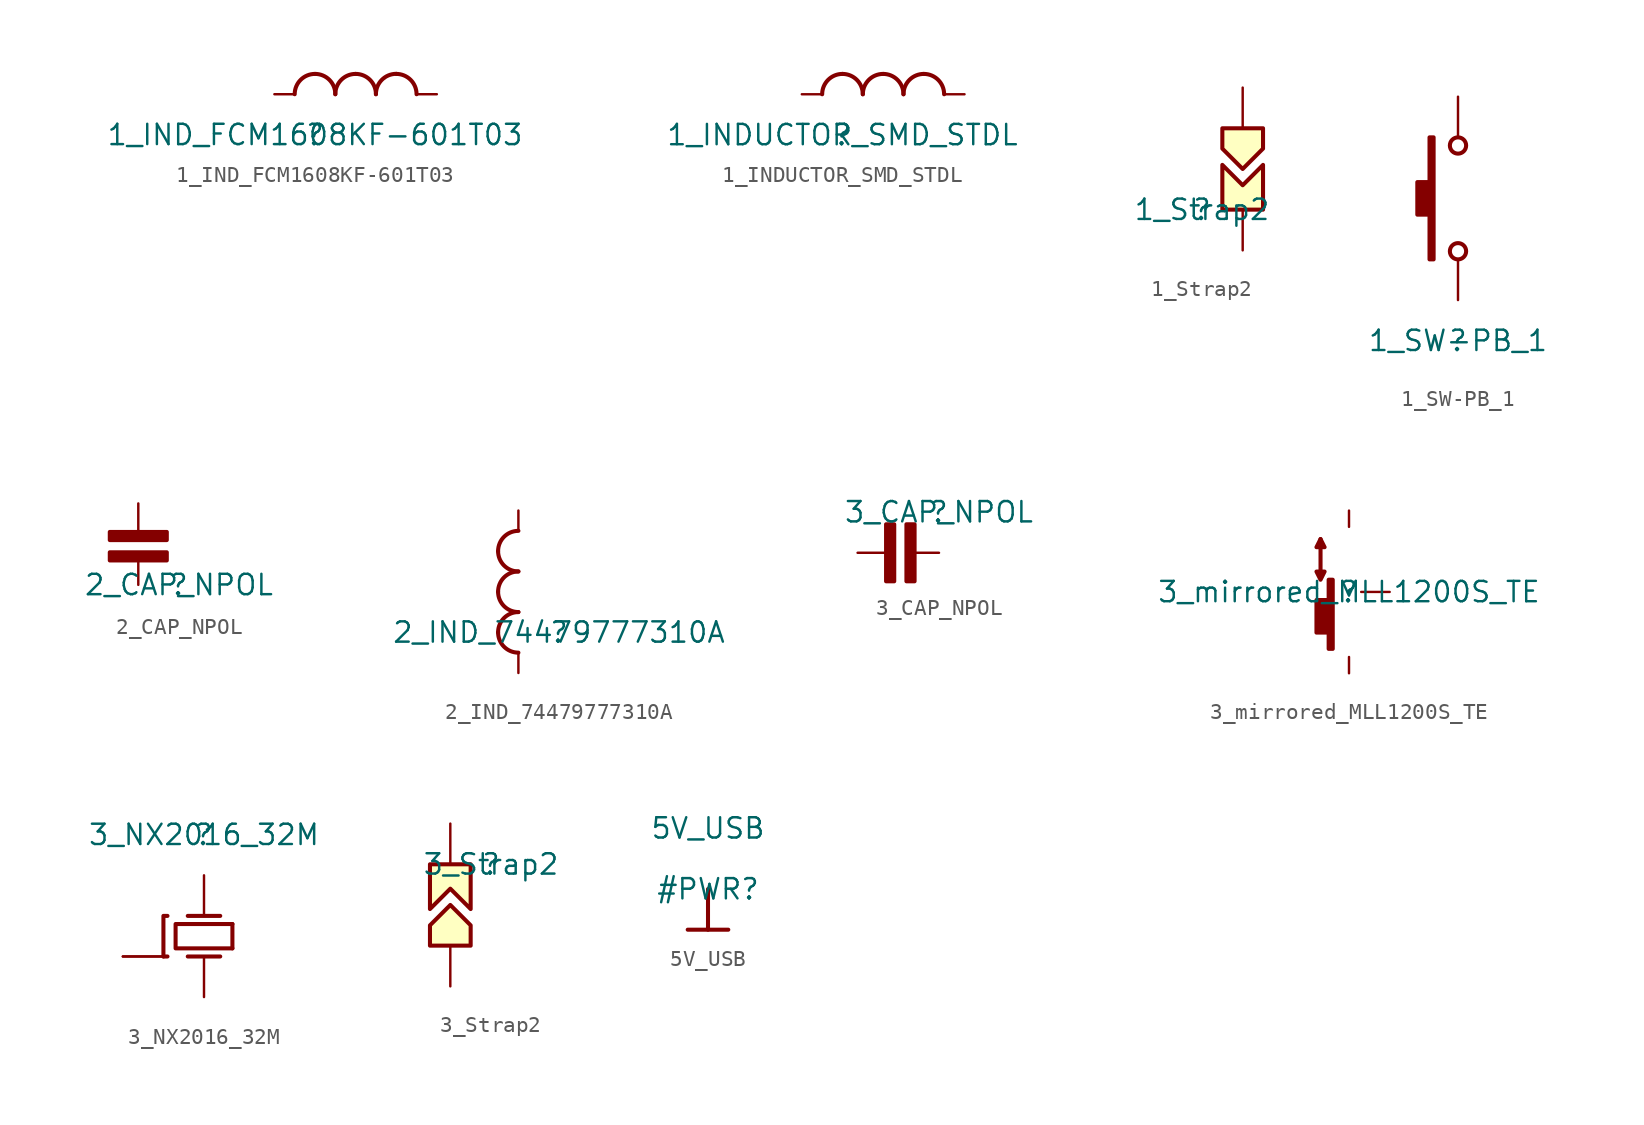
<source format=kicad_sym>
(kicad_symbol_lib
  (version 20211014)
  (generator kicad_symbol_editor)
  (symbol "1_IND_FCM1608KF-601T03"
    (property "Reference" ""
      (at 0 0 0)
      (effects (font (size 1.27 1.27))))
    (property "Value" "1_IND_FCM1608KF-601T03"
      (at 0 0 0)
      (effects (font (size 1.27 1.27))))
    (symbol "1_IND_FCM1608KF-601T03_1_0"
      (arc (start 0 3.81) (mid -0.898 3.438) (end -1.27 2.54) (stroke (width 0.254) (type default) (color 0 0 0 0)) (fill (type none)))
      (arc (start 1.27 2.54) (mid 0.898 3.438) (end 0 3.81) (stroke (width 0.254) (type default) (color 0 0 0 0)) (fill (type none)))
      (arc (start 2.54 3.81) (mid 1.642 3.438) (end 1.27 2.54) (stroke (width 0.254) (type default) (color 0 0 0 0)) (fill (type none)))
      (arc (start 3.81 2.54) (mid 3.438 3.438) (end 2.54 3.81) (stroke (width 0.254) (type default) (color 0 0 0 0)) (fill (type none)))
      (arc (start 5.08 3.81) (mid 4.182 3.438) (end 3.81 2.54) (stroke (width 0.254) (type default) (color 0 0 0 0)) (fill (type none)))
      (arc (start 6.35 2.54) (mid 5.978 3.438) (end 5.08 3.81) (stroke (width 0.254) (type default) (color 0 0 0 0)) (fill (type none)))
      (pin passive line (at -2.54 2.54 0) (length 1.27) (name "1" (effects (font (size 0 0)))) (number "1" (effects (font (size 0 0)))))
      (pin passive line (at 7.62 2.54 180) (length 1.27) (name "2" (effects (font (size 0 0)))) (number "2" (effects (font (size 0 0)))))))
  (symbol "1_INDUCTOR_SMD_STDL"
    (property "Reference" ""
      (at 0 0 0)
      (effects (font (size 1.27 1.27))))
    (property "Value" "1_INDUCTOR_SMD_STDL"
      (at 0 0 0)
      (effects (font (size 1.27 1.27))))
    (symbol "1_INDUCTOR_SMD_STDL_1_0"
      (arc (start 0 3.81) (mid -0.898 3.438) (end -1.27 2.54) (stroke (width 0.254) (type default) (color 0 0 0 0)) (fill (type none)))
      (arc (start 1.27 2.54) (mid 0.898 3.438) (end 0 3.81) (stroke (width 0.254) (type default) (color 0 0 0 0)) (fill (type none)))
      (arc (start 2.54 3.81) (mid 1.642 3.438) (end 1.27 2.54) (stroke (width 0.254) (type default) (color 0 0 0 0)) (fill (type none)))
      (arc (start 3.81 2.54) (mid 3.438 3.438) (end 2.54 3.81) (stroke (width 0.254) (type default) (color 0 0 0 0)) (fill (type none)))
      (arc (start 5.08 3.81) (mid 4.182 3.438) (end 3.81 2.54) (stroke (width 0.254) (type default) (color 0 0 0 0)) (fill (type none)))
      (arc (start 6.35 2.54) (mid 5.978 3.438) (end 5.08 3.81) (stroke (width 0.254) (type default) (color 0 0 0 0)) (fill (type none)))
      (pin passive line (at -2.54 2.54 0) (length 1.27) (name "1" (effects (font (size 0 0)))) (number "1" (effects (font (size 0 0)))))
      (pin passive line (at 7.62 2.54 180) (length 1.27) (name "2" (effects (font (size 0 0)))) (number "2" (effects (font (size 0 0)))))))
  (symbol "1_Strap2"
    (property "Reference" ""
      (at 0 0 0)
      (effects (font (size 1.27 1.27))))
    (property "Value" "1_Strap2"
      (at 0 0 0)
      (effects (font (size 1.27 1.27))))
    (symbol "1_Strap2_1_0"
      (polyline (pts (xy 1.27 0) (xy 3.81 0) (xy 3.81 2.794) (xy 2.54 1.524) (xy 1.27 2.794) (xy 1.27 0)) (stroke (width 0.254) (type default) (color 0 0 0 0)) (fill (type background)))
      (polyline (pts (xy 2.54 5.08) (xy 3.81 5.08) (xy 3.81 3.81) (xy 2.54 2.54) (xy 1.27 3.81) (xy 1.27 5.08) (xy 2.54 5.08)) (stroke (width 0.254) (type default) (color 0 0 0 0)) (fill (type background)))
      (pin passive line (at 2.54 7.62 270) (length 2.54) (name "1" (effects (font (size 0 0)))) (number "1" (effects (font (size 0 0)))))
      (pin passive line (at 2.54 -2.54 90) (length 2.54) (name "2" (effects (font (size 0 0)))) (number "2" (effects (font (size 0 0)))))))
  (symbol "1_SW-PB_1"
    (property "Reference" ""
      (at 0 0 0)
      (effects (font (size 1.27 1.27))))
    (property "Value" "1_SW-PB_1"
      (at 0 0 0)
      (effects (font (size 1.27 1.27))))
    (symbol "1_SW-PB_1_1_0"
      (polyline (pts (xy -1.778 5.08) (xy -1.524 5.08) (xy -1.524 12.7) (xy -1.778 12.7) (xy -1.778 9.906) (xy -2.54 9.906) (xy -2.54 7.874) (xy -1.778 7.874) (xy -1.778 5.08)) (stroke (width 0.254) (type default) (color 0 0 0 0)) (fill (type outline)))
      (circle (center 0 5.588) (radius 0.508) (stroke (width 0.254) (type default) (color 0 0 0 0)) (fill (type none)))
      (circle (center 0 12.192) (radius 0.508) (stroke (width 0.254) (type default) (color 0 0 0 0)) (fill (type none)))
      (pin passive line (at 0 2.54 90) (length 2.54) (name "1" (effects (font (size 0 0)))) (number "1" (effects (font (size 0 0)))))
      (pin passive line (at 0 15.24 270) (length 2.54) (name "2" (effects (font (size 0 0)))) (number "2" (effects (font (size 0 0)))))))
  (symbol "2_CAP_NPOL"
    (property "Reference" ""
      (at 0 0 0)
      (effects (font (size 1.27 1.27))))
    (property "Value" "2_CAP_NPOL"
      (at 0 0 0)
      (effects (font (size 1.27 1.27))))
    (symbol "2_CAP_NPOL_1_0"
      (polyline (pts (xy -4.064 1.778) (xy -1.016 1.778)) (stroke (width 0.508) (type default) (color 0 0 0 0)) (fill (type none)))
      (polyline (pts (xy -1.016 3.048) (xy -4.064 3.048)) (stroke (width 0.508) (type default) (color 0 0 0 0)) (fill (type none)))
      (polyline (pts (xy -2.54 1.524) (xy -4.318 1.524) (xy -4.318 2.032) (xy -0.762 2.032) (xy -0.762 1.524) (xy -2.54 1.524)) (stroke (width 0.254) (type default) (color 0 0 0 0)) (fill (type none)))
      (polyline (pts (xy -2.54 2.794) (xy -4.318 2.794) (xy -4.318 3.302) (xy -0.762 3.302) (xy -0.762 2.794) (xy -2.54 2.794)) (stroke (width 0.254) (type default) (color 0 0 0 0)) (fill (type none)))
      (pin passive line (at -2.54 0 90) (length 1.524) (name "1" (effects (font (size 0 0)))) (number "1" (effects (font (size 0 0)))))
      (pin passive line (at -2.54 5.08 270) (length 1.778) (name "2" (effects (font (size 0 0)))) (number "2" (effects (font (size 0 0)))))))
  (symbol "2_IND_74479777310A"
    (property "Reference" ""
      (at 0 0 0)
      (effects (font (size 1.27 1.27))))
    (property "Value" "2_IND_74479777310A"
      (at 0 0 0)
      (effects (font (size 1.27 1.27))))
    (symbol "2_IND_74479777310A_1_0"
      (arc (start -3.81 0) (mid -3.438 -0.898) (end -2.54 -1.27) (stroke (width 0.254) (type default) (color 0 0 0 0)) (fill (type none)))
      (arc (start -3.81 2.54) (mid -3.438 1.642) (end -2.54 1.27) (stroke (width 0.254) (type default) (color 0 0 0 0)) (fill (type none)))
      (arc (start -3.81 5.08) (mid -3.438 4.182) (end -2.54 3.81) (stroke (width 0.254) (type default) (color 0 0 0 0)) (fill (type none)))
      (arc (start -2.54 1.27) (mid -3.438 0.898) (end -3.81 0) (stroke (width 0.254) (type default) (color 0 0 0 0)) (fill (type none)))
      (arc (start -2.54 3.81) (mid -3.438 3.438) (end -3.81 2.54) (stroke (width 0.254) (type default) (color 0 0 0 0)) (fill (type none)))
      (arc (start -2.54 6.35) (mid -3.438 5.978) (end -3.81 5.08) (stroke (width 0.254) (type default) (color 0 0 0 0)) (fill (type none)))
      (pin passive line (at -2.54 -2.54 90) (length 1.27) (name "1" (effects (font (size 0 0)))) (number "1" (effects (font (size 0 0)))))
      (pin passive line (at -2.54 7.62 270) (length 1.27) (name "2" (effects (font (size 0 0)))) (number "2" (effects (font (size 0 0)))))))
  (symbol "3_CAP_NPOL"
    (property "Reference" ""
      (at 0 0 0)
      (effects (font (size 1.27 1.27))))
    (property "Value" "3_CAP_NPOL"
      (at 0 0 0)
      (effects (font (size 1.27 1.27))))
    (symbol "3_CAP_NPOL_1_0"
      (polyline (pts (xy -3.048 -1.016) (xy -3.048 -4.064)) (stroke (width 0.508) (type default) (color 0 0 0 0)) (fill (type none)))
      (polyline (pts (xy -1.778 -4.064) (xy -1.778 -1.016)) (stroke (width 0.508) (type default) (color 0 0 0 0)) (fill (type none)))
      (polyline (pts (xy -2.794 -2.54) (xy -2.794 -4.318) (xy -3.302 -4.318) (xy -3.302 -0.762) (xy -2.794 -0.762) (xy -2.794 -2.54)) (stroke (width 0.254) (type default) (color 0 0 0 0)) (fill (type none)))
      (polyline (pts (xy -1.524 -2.54) (xy -1.524 -4.318) (xy -2.032 -4.318) (xy -2.032 -0.762) (xy -1.524 -0.762) (xy -1.524 -2.54)) (stroke (width 0.254) (type default) (color 0 0 0 0)) (fill (type none)))
      (pin passive line (at 0 -2.54 180) (length 1.524) (name "1" (effects (font (size 0 0)))) (number "1" (effects (font (size 0 0)))))
      (pin passive line (at -5.08 -2.54 0) (length 1.778) (name "2" (effects (font (size 0 0)))) (number "2" (effects (font (size 0 0)))))))
  (symbol "3_mirrored_MLL1200S_TE"
    (property "Reference" ""
      (at 0 0 0)
      (effects (font (size 1.27 1.27))))
    (property "Value" "3_mirrored_MLL1200S_TE"
      (at 0 0 0)
      (effects (font (size 1.27 1.27))))
    (symbol "3_mirrored_MLL1200S_TE_1_0"
      (polyline (pts (xy -1.778 3.302) (xy -2.032 2.794) (xy -1.524 2.794) (xy -1.778 3.302)) (stroke (width 0.254) (type default) (color 0 0 0 0)) (fill (type none)))
      (polyline (pts (xy -1.778 3.302) (xy -1.778 0.762) (xy -2.032 1.27) (xy -1.524 1.27) (xy -1.778 0.762)) (stroke (width 0.254) (type default) (color 0 0 0 0)) (fill (type none)))
      (polyline (pts (xy -1.27 -0.508) (xy -2.032 -0.508) (xy -2.032 -2.54) (xy -1.27 -2.54) (xy -1.27 -3.556) (xy -1.016 -3.556) (xy -1.016 0.762) (xy -1.27 0.762) (xy -1.27 -0.508)) (stroke (width 0.254) (type default) (color 0 0 0 0)) (fill (type outline)))
      (pin passive line (at 0 -5.08 90) (length 1.016) (name "1" (effects (font (size 0 0)))) (number "1" (effects (font (size 0 0)))))
      (pin passive line (at 2.54 0 180) (length 1.778) (name "2" (effects (font (size 0 0)))) (number "2" (effects (font (size 0 0)))))
      (pin passive line (at 0 5.08 270) (length 1.016) (name "3" (effects (font (size 0 0)))) (number "3" (effects (font (size 0 0)))))))
  (symbol "3_NX2016_32M"
    (property "Reference" ""
      (at 0 0 0)
      (effects (font (size 1.27 1.27))))
    (property "Value" "3_NX2016_32M"
      (at 0 0 0)
      (effects (font (size 1.27 1.27))))
    (symbol "3_NX2016_32M_1_0"
      (polyline (pts (xy -2.54 -7.62) (xy -2.286 -7.62)) (stroke (width 0.254) (type default) (color 0 0 0 0)) (fill (type none)))
      (polyline (pts (xy 1.016 -7.62) (xy -1.016 -7.62)) (stroke (width 0.254) (type default) (color 0 0 0 0)) (fill (type none)))
      (polyline (pts (xy 1.016 -5.08) (xy -1.016 -5.08)) (stroke (width 0.254) (type default) (color 0 0 0 0)) (fill (type none)))
      (polyline (pts (xy 1.778 -5.588) (xy 1.778 -7.112)) (stroke (width 0.254) (type default) (color 0 0 0 0)) (fill (type none)))
      (polyline (pts (xy -2.54 -7.62) (xy -2.54 -5.08) (xy -2.286 -5.08)) (stroke (width 0.254) (type default) (color 0 0 0 0)) (fill (type none)))
      (polyline (pts (xy 1.778 -7.112) (xy -1.778 -7.112) (xy -1.778 -5.588) (xy 1.778 -5.588)) (stroke (width 0.254) (type default) (color 0 0 0 0)) (fill (type none)))
      (pin passive line (at 0 -2.54 270) (length 2.54) (name "OSC1" (effects (font (size 0 0)))) (number "1" (effects (font (size 0 0)))))
      (pin passive line (at -5.08 -7.62 0) (length 2.54) (name "2" (effects (font (size 0 0)))) (number "2" (effects (font (size 0 0)))))
      (pin passive line (at 0 -10.16 90) (length 2.54) (name "OSC2" (effects (font (size 0 0)))) (number "3" (effects (font (size 0 0)))))
      (pin passive line (at -5.08 -7.62 0) (length 2.54) (name "4" (effects (font (size 0 0)))) (number "4" (effects (font (size 0 0)))))))
  (symbol "3_Strap2"
    (property "Reference" ""
      (at 0 0 0)
      (effects (font (size 1.27 1.27))))
    (property "Value" "3_Strap2"
      (at 0 0 0)
      (effects (font (size 1.27 1.27))))
    (symbol "3_Strap2_1_0"
      (polyline (pts (xy -1.27 0) (xy -3.81 0) (xy -3.81 -2.794) (xy -2.54 -1.524) (xy -1.27 -2.794) (xy -1.27 0)) (stroke (width 0.254) (type default) (color 0 0 0 0)) (fill (type background)))
      (polyline (pts (xy -2.54 -5.08) (xy -3.81 -5.08) (xy -3.81 -3.81) (xy -2.54 -2.54) (xy -1.27 -3.81) (xy -1.27 -5.08) (xy -2.54 -5.08)) (stroke (width 0.254) (type default) (color 0 0 0 0)) (fill (type background)))
      (pin passive line (at -2.54 -7.62 90) (length 2.54) (name "1" (effects (font (size 0 0)))) (number "1" (effects (font (size 0 0)))))
      (pin passive line (at -2.54 2.54 270) (length 2.54) (name "2" (effects (font (size 0 0)))) (number "2" (effects (font (size 0 0)))))))
  (symbol "5V_USB"
    (power)
    (property "Reference" "#PWR"
      (at 0 0 0)
      (effects (font (size 1.27 1.27))))
    (property "Value" "5V_USB"
      (at 0 3.81 0)
      (effects (font (size 1.27 1.27))))
    (symbol "5V_USB_0_0"
      (polyline (pts (xy -1.27 -2.54) (xy 1.27 -2.54)) (stroke (width 0.254) (type default) (color 0 0 0 0)) (fill (type none)))
      (polyline (pts (xy 0 0) (xy 0 -2.54)) (stroke (width 0.254) (type default) (color 0 0 0 0)) (fill (type none)))
      (pin power_in line (at 0 0 0) (length 0) hide (name "5V_USB" (effects (font (size 1.27 1.27)))) (number "" (effects (font (size 1.27 1.27))))))))
</source>
